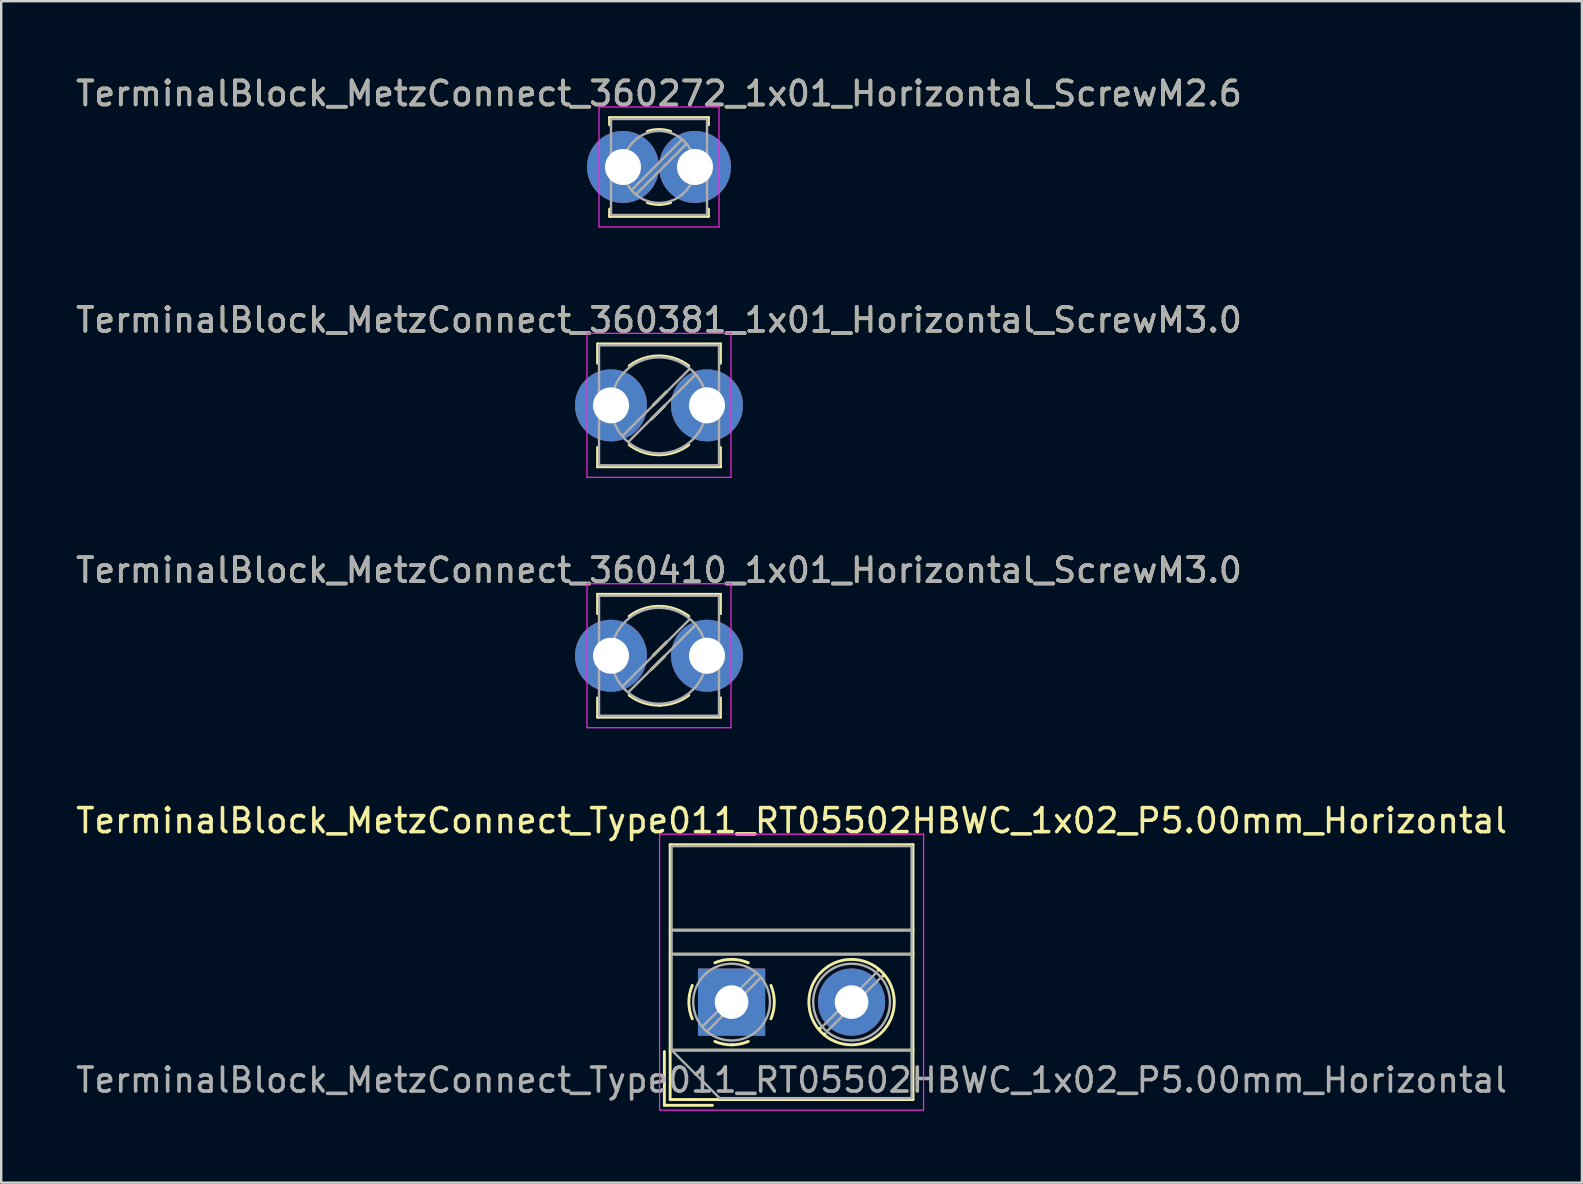
<source format=kicad_pcb>
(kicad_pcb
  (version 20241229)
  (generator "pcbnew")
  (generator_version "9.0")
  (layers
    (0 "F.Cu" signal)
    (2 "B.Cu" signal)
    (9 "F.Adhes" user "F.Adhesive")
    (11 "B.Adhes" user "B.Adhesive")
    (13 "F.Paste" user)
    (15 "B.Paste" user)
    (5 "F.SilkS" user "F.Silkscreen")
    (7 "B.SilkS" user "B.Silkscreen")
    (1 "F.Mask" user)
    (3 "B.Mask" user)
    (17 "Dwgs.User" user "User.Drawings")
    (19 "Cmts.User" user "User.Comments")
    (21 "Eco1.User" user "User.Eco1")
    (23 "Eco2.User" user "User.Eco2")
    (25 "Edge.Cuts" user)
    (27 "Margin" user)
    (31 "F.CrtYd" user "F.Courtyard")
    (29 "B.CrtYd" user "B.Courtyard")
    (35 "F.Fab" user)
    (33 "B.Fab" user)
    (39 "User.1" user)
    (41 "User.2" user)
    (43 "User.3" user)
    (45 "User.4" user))
  (footprint "TerminalBlock_MetzConnect_360272_1x01_Horizontal_ScrewM2.6"
    (layer "F.Cu")
    (at 22.911 3.908)
    (property "Reference" "TerminalBlock_MetzConnect_360272_1x01_Horizontal_ScrewM2.6" (at 1.5 -3.06 0) (layer "F.SilkS") (effects (font (size 1 1) (thickness 0.15))))
    (attr through_hole)
    (fp_line (start -0.56 -2.06) (end -0.56 -1.755) (stroke (width 0.12) (type solid)) (layer "F.SilkS"))
    (fp_line (start -0.56 -2.06) (end 3.56 -2.06) (stroke (width 0.12) (type solid)) (layer "F.SilkS"))
    (fp_line (start -0.56 1.755) (end -0.56 2.06) (stroke (width 0.12) (type solid)) (layer "F.SilkS"))
    (fp_line (start -0.56 2.06) (end 3.56 2.06) (stroke (width 0.12) (type solid)) (layer "F.SilkS"))
    (fp_line (start 3.56 -2.06) (end 3.56 -1.755) (stroke (width 0.12) (type solid)) (layer "F.SilkS"))
    (fp_line (start 3.56 1.755) (end 3.56 2.06) (stroke (width 0.12) (type solid)) (layer "F.SilkS"))
    (fp_arc (start 1.018482 -1.484481) (mid 1.500779 -1.560623) (end 1.983 -1.484) (stroke (width 0.12) (type solid)) (layer "F.SilkS"))
    (fp_arc (start 1.526458 1.560399) (mid 1.268555 1.543366) (end 1.017 1.484) (stroke (width 0.12) (type solid)) (layer "F.SilkS"))
    (fp_arc (start 1.982067 1.483648) (mid 1.744038 1.540794) (end 1.5 1.56) (stroke (width 0.12) (type solid)) (layer "F.SilkS"))
    (fp_line (start -1 -2.5) (end -1 2.5) (stroke (width 0.05) (type solid)) (layer "F.CrtYd"))
    (fp_line (start -1 2.5) (end 4 2.5) (stroke (width 0.05) (type solid)) (layer "F.CrtYd"))
    (fp_line (start 4 -2.5) (end -1 -2.5) (stroke (width 0.05) (type solid)) (layer "F.CrtYd"))
    (fp_line (start 4 2.5) (end 4 -2.5) (stroke (width 0.05) (type solid)) (layer "F.CrtYd"))
    (fp_line (start -0.5 -2) (end -0.5 2) (stroke (width 0.1) (type solid)) (layer "F.Fab"))
    (fp_line (start -0.5 -2) (end 3.5 -2) (stroke (width 0.1) (type solid)) (layer "F.Fab"))
    (fp_line (start -0.5 2) (end 3.5 2) (stroke (width 0.1) (type solid)) (layer "F.Fab"))
    (fp_line (start 2.455 -1.138) (end 0.362 0.955) (stroke (width 0.1) (type solid)) (layer "F.Fab"))
    (fp_line (start 2.638 -0.955) (end 0.545 1.138) (stroke (width 0.1) (type solid)) (layer "F.Fab"))
    (fp_line (start 3.5 -2) (end 3.5 2) (stroke (width 0.1) (type solid)) (layer "F.Fab"))
    (fp_circle (center 1.5 0) (end 3 0) (stroke (width 0.1) (type solid)) (fill no) (layer "F.Fab"))
    (fp_text user "${REFERENCE}" (at 1.5 -3.06 0) (layer "F.Fab") (effects (font (size 1 1) (thickness 0.15))))
    (pad "1" thru_hole circle (at 0 0) (size 3 3) (drill 1.5) (layers "*.Cu" "*.Mask"))
    (pad "1" thru_hole circle (at 3 0) (size 3 3) (drill 1.5) (layers "*.Cu" "*.Mask")))
  (footprint "TerminalBlock_MetzConnect_Type011_RT05502HBWC_1x02_P5.00mm_Horizontal"
    (layer "F.Cu")
    (at 27.435 38.708)
    (property "Reference" "TerminalBlock_MetzConnect_Type011_RT05502HBWC_1x02_P5.00mm_Horizontal" (at 2.5 -7.56 0) (layer "F.SilkS") (effects (font (size 1 1) (thickness 0.15))))
    (attr through_hole)
    (fp_line (start -2.8 2.06) (end -2.8 4.3) (stroke (width 0.12) (type solid)) (layer "F.SilkS"))
    (fp_line (start -2.8 4.3) (end -0.8 4.3) (stroke (width 0.12) (type solid)) (layer "F.SilkS"))
    (fp_line (start -2.56 -6.56) (end -2.56 4.06) (stroke (width 0.12) (type solid)) (layer "F.SilkS"))
    (fp_line (start -2.56 -6.56) (end 7.56 -6.56) (stroke (width 0.12) (type solid)) (layer "F.SilkS"))
    (fp_line (start -2.56 -3) (end 7.56 -3) (stroke (width 0.12) (type solid)) (layer "F.SilkS"))
    (fp_line (start -2.56 -2) (end 7.56 -2) (stroke (width 0.12) (type solid)) (layer "F.SilkS"))
    (fp_line (start -2.56 2) (end 7.56 2) (stroke (width 0.12) (type solid)) (layer "F.SilkS"))
    (fp_line (start -2.56 4.06) (end 7.56 4.06) (stroke (width 0.12) (type solid)) (layer "F.SilkS"))
    (fp_line (start 3.7 1.083) (end 3.65 1.133) (stroke (width 0.12) (type solid)) (layer "F.SilkS"))
    (fp_line (start 3.892 1.325) (end 3.868 1.35) (stroke (width 0.12) (type solid)) (layer "F.SilkS"))
    (fp_line (start 6.133 -1.35) (end 6.108 -1.326) (stroke (width 0.12) (type solid)) (layer "F.SilkS"))
    (fp_line (start 6.35 -1.133) (end 6.301 -1.083) (stroke (width 0.12) (type solid)) (layer "F.SilkS"))
    (fp_line (start 7.56 -6.56) (end 7.56 4.06) (stroke (width 0.12) (type solid)) (layer "F.SilkS"))
    (fp_arc (start -1.639206 0.695516) (mid -1.780657 -0.000263) (end -1.639 -0.696) (stroke (width 0.12) (type solid)) (layer "F.SilkS"))
    (fp_arc (start -0.695516 -1.639206) (mid 0.000263 -1.780657) (end 0.696 -1.639) (stroke (width 0.12) (type solid)) (layer "F.SilkS"))
    (fp_arc (start 0.030814 1.78039) (mid -0.340023 1.747891) (end -0.696 1.639) (stroke (width 0.12) (type solid)) (layer "F.SilkS"))
    (fp_arc (start 0.695501 1.638499) (mid 0.354875 1.744266) (end 0 1.78) (stroke (width 0.12) (type solid)) (layer "F.SilkS"))
    (fp_arc (start 1.639206 -0.695516) (mid 1.780657 0.000263) (end 1.639 0.696) (stroke (width 0.12) (type solid)) (layer "F.SilkS"))
    (fp_circle (center 5 0) (end 6.78 0) (stroke (width 0.12) (type solid)) (fill no) (layer "F.SilkS"))
    (fp_line (start -3 -7) (end -3 4.5) (stroke (width 0.05) (type solid)) (layer "F.CrtYd"))
    (fp_line (start -3 4.5) (end 8 4.5) (stroke (width 0.05) (type solid)) (layer "F.CrtYd"))
    (fp_line (start 8 -7) (end -3 -7) (stroke (width 0.05) (type solid)) (layer "F.CrtYd"))
    (fp_line (start 8 4.5) (end 8 -7) (stroke (width 0.05) (type solid)) (layer "F.CrtYd"))
    (fp_line (start -2.5 -6.5) (end 7.5 -6.5) (stroke (width 0.1) (type solid)) (layer "F.Fab"))
    (fp_line (start -2.5 -3) (end 7.5 -3) (stroke (width 0.1) (type solid)) (layer "F.Fab"))
    (fp_line (start -2.5 -2) (end 7.5 -2) (stroke (width 0.1) (type solid)) (layer "F.Fab"))
    (fp_line (start -2.5 2) (end -2.5 -6.5) (stroke (width 0.1) (type solid)) (layer "F.Fab"))
    (fp_line (start -2.5 2) (end 7.5 2) (stroke (width 0.1) (type solid)) (layer "F.Fab"))
    (fp_line (start -0.5 4) (end -2.5 2) (stroke (width 0.1) (type solid)) (layer "F.Fab"))
    (fp_line (start 1.019 -1.214) (end -1.214 1.018) (stroke (width 0.1) (type solid)) (layer "F.Fab"))
    (fp_line (start 1.214 -1.019) (end -1.019 1.214) (stroke (width 0.1) (type solid)) (layer "F.Fab"))
    (fp_line (start 6.019 -1.214) (end 3.787 1.018) (stroke (width 0.1) (type solid)) (layer "F.Fab"))
    (fp_line (start 6.214 -1.019) (end 3.982 1.214) (stroke (width 0.1) (type solid)) (layer "F.Fab"))
    (fp_line (start 7.5 -6.5) (end 7.5 4) (stroke (width 0.1) (type solid)) (layer "F.Fab"))
    (fp_line (start 7.5 4) (end -0.5 4) (stroke (width 0.1) (type solid)) (layer "F.Fab"))
    (fp_circle (center 0 0) (end 1.6 0) (stroke (width 0.1) (type solid)) (fill no) (layer "F.Fab"))
    (fp_circle (center 5 0) (end 6.6 0) (stroke (width 0.1) (type solid)) (fill no) (layer "F.Fab"))
    (fp_text user "${REFERENCE}" (at 2.5 3.25 0) (layer "F.Fab") (effects (font (size 1 1) (thickness 0.15))))
    (pad "1" thru_hole rect (at 0 0) (size 2.8 2.8) (drill 1.4) (layers "*.Cu" "*.Mask"))
    (pad "2" thru_hole circle (at 5 0) (size 2.8 2.8) (drill 1.4) (layers "*.Cu" "*.Mask")))
  (footprint "TerminalBlock_MetzConnect_360410_1x01_Horizontal_ScrewM3.0"
    (layer "F.Cu")
    (at 22.411 24.275)
    (property "Reference" "TerminalBlock_MetzConnect_360410_1x01_Horizontal_ScrewM3.0" (at 2 -3.56 0) (layer "F.SilkS") (effects (font (size 1 1) (thickness 0.15))))
    (attr through_hole)
    (fp_line (start -0.56 -2.56) (end -0.56 -1.755) (stroke (width 0.12) (type solid)) (layer "F.SilkS"))
    (fp_line (start -0.56 -2.56) (end 4.56 -2.56) (stroke (width 0.12) (type solid)) (layer "F.SilkS"))
    (fp_line (start -0.56 1.755) (end -0.56 2.56) (stroke (width 0.12) (type solid)) (layer "F.SilkS"))
    (fp_line (start -0.56 2.56) (end 4.56 2.56) (stroke (width 0.12) (type solid)) (layer "F.SilkS"))
    (fp_line (start 1.68 0.571) (end 1.68 0.571) (stroke (width 0.12) (type solid)) (layer "F.SilkS"))
    (fp_line (start 2.241 0.011) (end 1.708 0.543) (stroke (width 0.12) (type solid)) (layer "F.SilkS"))
    (fp_line (start 2.291 -0.543) (end 1.759 -0.011) (stroke (width 0.12) (type solid)) (layer "F.SilkS"))
    (fp_line (start 2.32 -0.572) (end 2.32 -0.572) (stroke (width 0.12) (type solid)) (layer "F.SilkS"))
    (fp_line (start 4.56 -2.56) (end 4.56 -1.755) (stroke (width 0.12) (type solid)) (layer "F.SilkS"))
    (fp_line (start 4.56 1.755) (end 4.56 2.56) (stroke (width 0.12) (type solid)) (layer "F.SilkS"))
    (fp_arc (start 0.759554 -1.645664) (mid 1.999721 -2.060805) (end 3.24 -1.646) (stroke (width 0.12) (type solid)) (layer "F.SilkS"))
    (fp_arc (start 2.034842 2.060314) (mid 1.362171 1.959409) (end 0.759 1.645) (stroke (width 0.12) (type solid)) (layer "F.SilkS"))
    (fp_arc (start 3.239739 1.645189) (mid 2.653648 1.953547) (end 2 2.06) (stroke (width 0.12) (type solid)) (layer "F.SilkS"))
    (fp_line (start -1 -3) (end -1 3) (stroke (width 0.05) (type solid)) (layer "F.CrtYd"))
    (fp_line (start -1 3) (end 5 3) (stroke (width 0.05) (type solid)) (layer "F.CrtYd"))
    (fp_line (start 5 -3) (end -1 -3) (stroke (width 0.05) (type solid)) (layer "F.CrtYd"))
    (fp_line (start 5 3) (end 5 -3) (stroke (width 0.05) (type solid)) (layer "F.CrtYd"))
    (fp_line (start -0.5 -2.5) (end -0.5 2.5) (stroke (width 0.1) (type solid)) (layer "F.Fab"))
    (fp_line (start -0.5 -2.5) (end 4.5 -2.5) (stroke (width 0.1) (type solid)) (layer "F.Fab"))
    (fp_line (start -0.5 2.5) (end 4.5 2.5) (stroke (width 0.1) (type solid)) (layer "F.Fab"))
    (fp_line (start 3.273 -1.517) (end 0.483 1.273) (stroke (width 0.1) (type solid)) (layer "F.Fab"))
    (fp_line (start 3.517 -1.273) (end 0.727 1.517) (stroke (width 0.1) (type solid)) (layer "F.Fab"))
    (fp_line (start 4.5 -2.5) (end 4.5 2.5) (stroke (width 0.1) (type solid)) (layer "F.Fab"))
    (fp_circle (center 2 0) (end 4 0) (stroke (width 0.1) (type solid)) (fill no) (layer "F.Fab"))
    (fp_text user "${REFERENCE}" (at 2 -3.56 0) (layer "F.Fab") (effects (font (size 1 1) (thickness 0.15))))
    (pad "1" thru_hole circle (at 0 0) (size 3 3) (drill 1.5) (layers "*.Cu" "*.Mask"))
    (pad "1" thru_hole circle (at 4 0) (size 3 3) (drill 1.5) (layers "*.Cu" "*.Mask")))
  (footprint "TerminalBlock_MetzConnect_360381_1x01_Horizontal_ScrewM3.0"
    (layer "F.Cu")
    (at 22.411 13.841)
    (property "Reference" "TerminalBlock_MetzConnect_360381_1x01_Horizontal_ScrewM3.0" (at 2 -3.56 0) (layer "F.SilkS") (effects (font (size 1 1) (thickness 0.15))))
    (attr through_hole)
    (fp_line (start -0.56 -2.56) (end -0.56 -1.755) (stroke (width 0.12) (type solid)) (layer "F.SilkS"))
    (fp_line (start -0.56 -2.56) (end 4.56 -2.56) (stroke (width 0.12) (type solid)) (layer "F.SilkS"))
    (fp_line (start -0.56 1.755) (end -0.56 2.56) (stroke (width 0.12) (type solid)) (layer "F.SilkS"))
    (fp_line (start -0.56 2.56) (end 4.56 2.56) (stroke (width 0.12) (type solid)) (layer "F.SilkS"))
    (fp_line (start 1.68 0.571) (end 1.68 0.571) (stroke (width 0.12) (type solid)) (layer "F.SilkS"))
    (fp_line (start 2.241 0.011) (end 1.708 0.543) (stroke (width 0.12) (type solid)) (layer "F.SilkS"))
    (fp_line (start 2.291 -0.543) (end 1.759 -0.011) (stroke (width 0.12) (type solid)) (layer "F.SilkS"))
    (fp_line (start 2.32 -0.572) (end 2.32 -0.572) (stroke (width 0.12) (type solid)) (layer "F.SilkS"))
    (fp_line (start 4.56 -2.56) (end 4.56 -1.755) (stroke (width 0.12) (type solid)) (layer "F.SilkS"))
    (fp_line (start 4.56 1.755) (end 4.56 2.56) (stroke (width 0.12) (type solid)) (layer "F.SilkS"))
    (fp_arc (start 0.759554 -1.645664) (mid 1.999721 -2.060805) (end 3.24 -1.646) (stroke (width 0.12) (type solid)) (layer "F.SilkS"))
    (fp_arc (start 2.034842 2.060314) (mid 1.362171 1.959409) (end 0.759 1.645) (stroke (width 0.12) (type solid)) (layer "F.SilkS"))
    (fp_arc (start 3.239739 1.645189) (mid 2.653648 1.953547) (end 2 2.06) (stroke (width 0.12) (type solid)) (layer "F.SilkS"))
    (fp_line (start -1 -3) (end -1 3) (stroke (width 0.05) (type solid)) (layer "F.CrtYd"))
    (fp_line (start -1 3) (end 5 3) (stroke (width 0.05) (type solid)) (layer "F.CrtYd"))
    (fp_line (start 5 -3) (end -1 -3) (stroke (width 0.05) (type solid)) (layer "F.CrtYd"))
    (fp_line (start 5 3) (end 5 -3) (stroke (width 0.05) (type solid)) (layer "F.CrtYd"))
    (fp_line (start -0.5 -2.5) (end -0.5 2.5) (stroke (width 0.1) (type solid)) (layer "F.Fab"))
    (fp_line (start -0.5 -2.5) (end 4.5 -2.5) (stroke (width 0.1) (type solid)) (layer "F.Fab"))
    (fp_line (start -0.5 2.5) (end 4.5 2.5) (stroke (width 0.1) (type solid)) (layer "F.Fab"))
    (fp_line (start 3.273 -1.517) (end 0.483 1.273) (stroke (width 0.1) (type solid)) (layer "F.Fab"))
    (fp_line (start 3.517 -1.273) (end 0.727 1.517) (stroke (width 0.1) (type solid)) (layer "F.Fab"))
    (fp_line (start 4.5 -2.5) (end 4.5 2.5) (stroke (width 0.1) (type solid)) (layer "F.Fab"))
    (fp_circle (center 2 0) (end 4 0) (stroke (width 0.1) (type solid)) (fill no) (layer "F.Fab"))
    (fp_text user "${REFERENCE}" (at 2 -3.56 0) (layer "F.Fab") (effects (font (size 1 1) (thickness 0.15))))
    (pad "1" thru_hole circle (at 0 0) (size 3 3) (drill 1.5) (layers "*.Cu" "*.Mask"))
    (pad "1" thru_hole circle (at 4 0) (size 3 3) (drill 1.5) (layers "*.Cu" "*.Mask")))
  (gr_rect
    (start -3 -3)
    (end 62.869 46.233)
    (stroke (width 0.1) (type default))
    (fill no)
    (layer "Edge.Cuts")))
</source>
